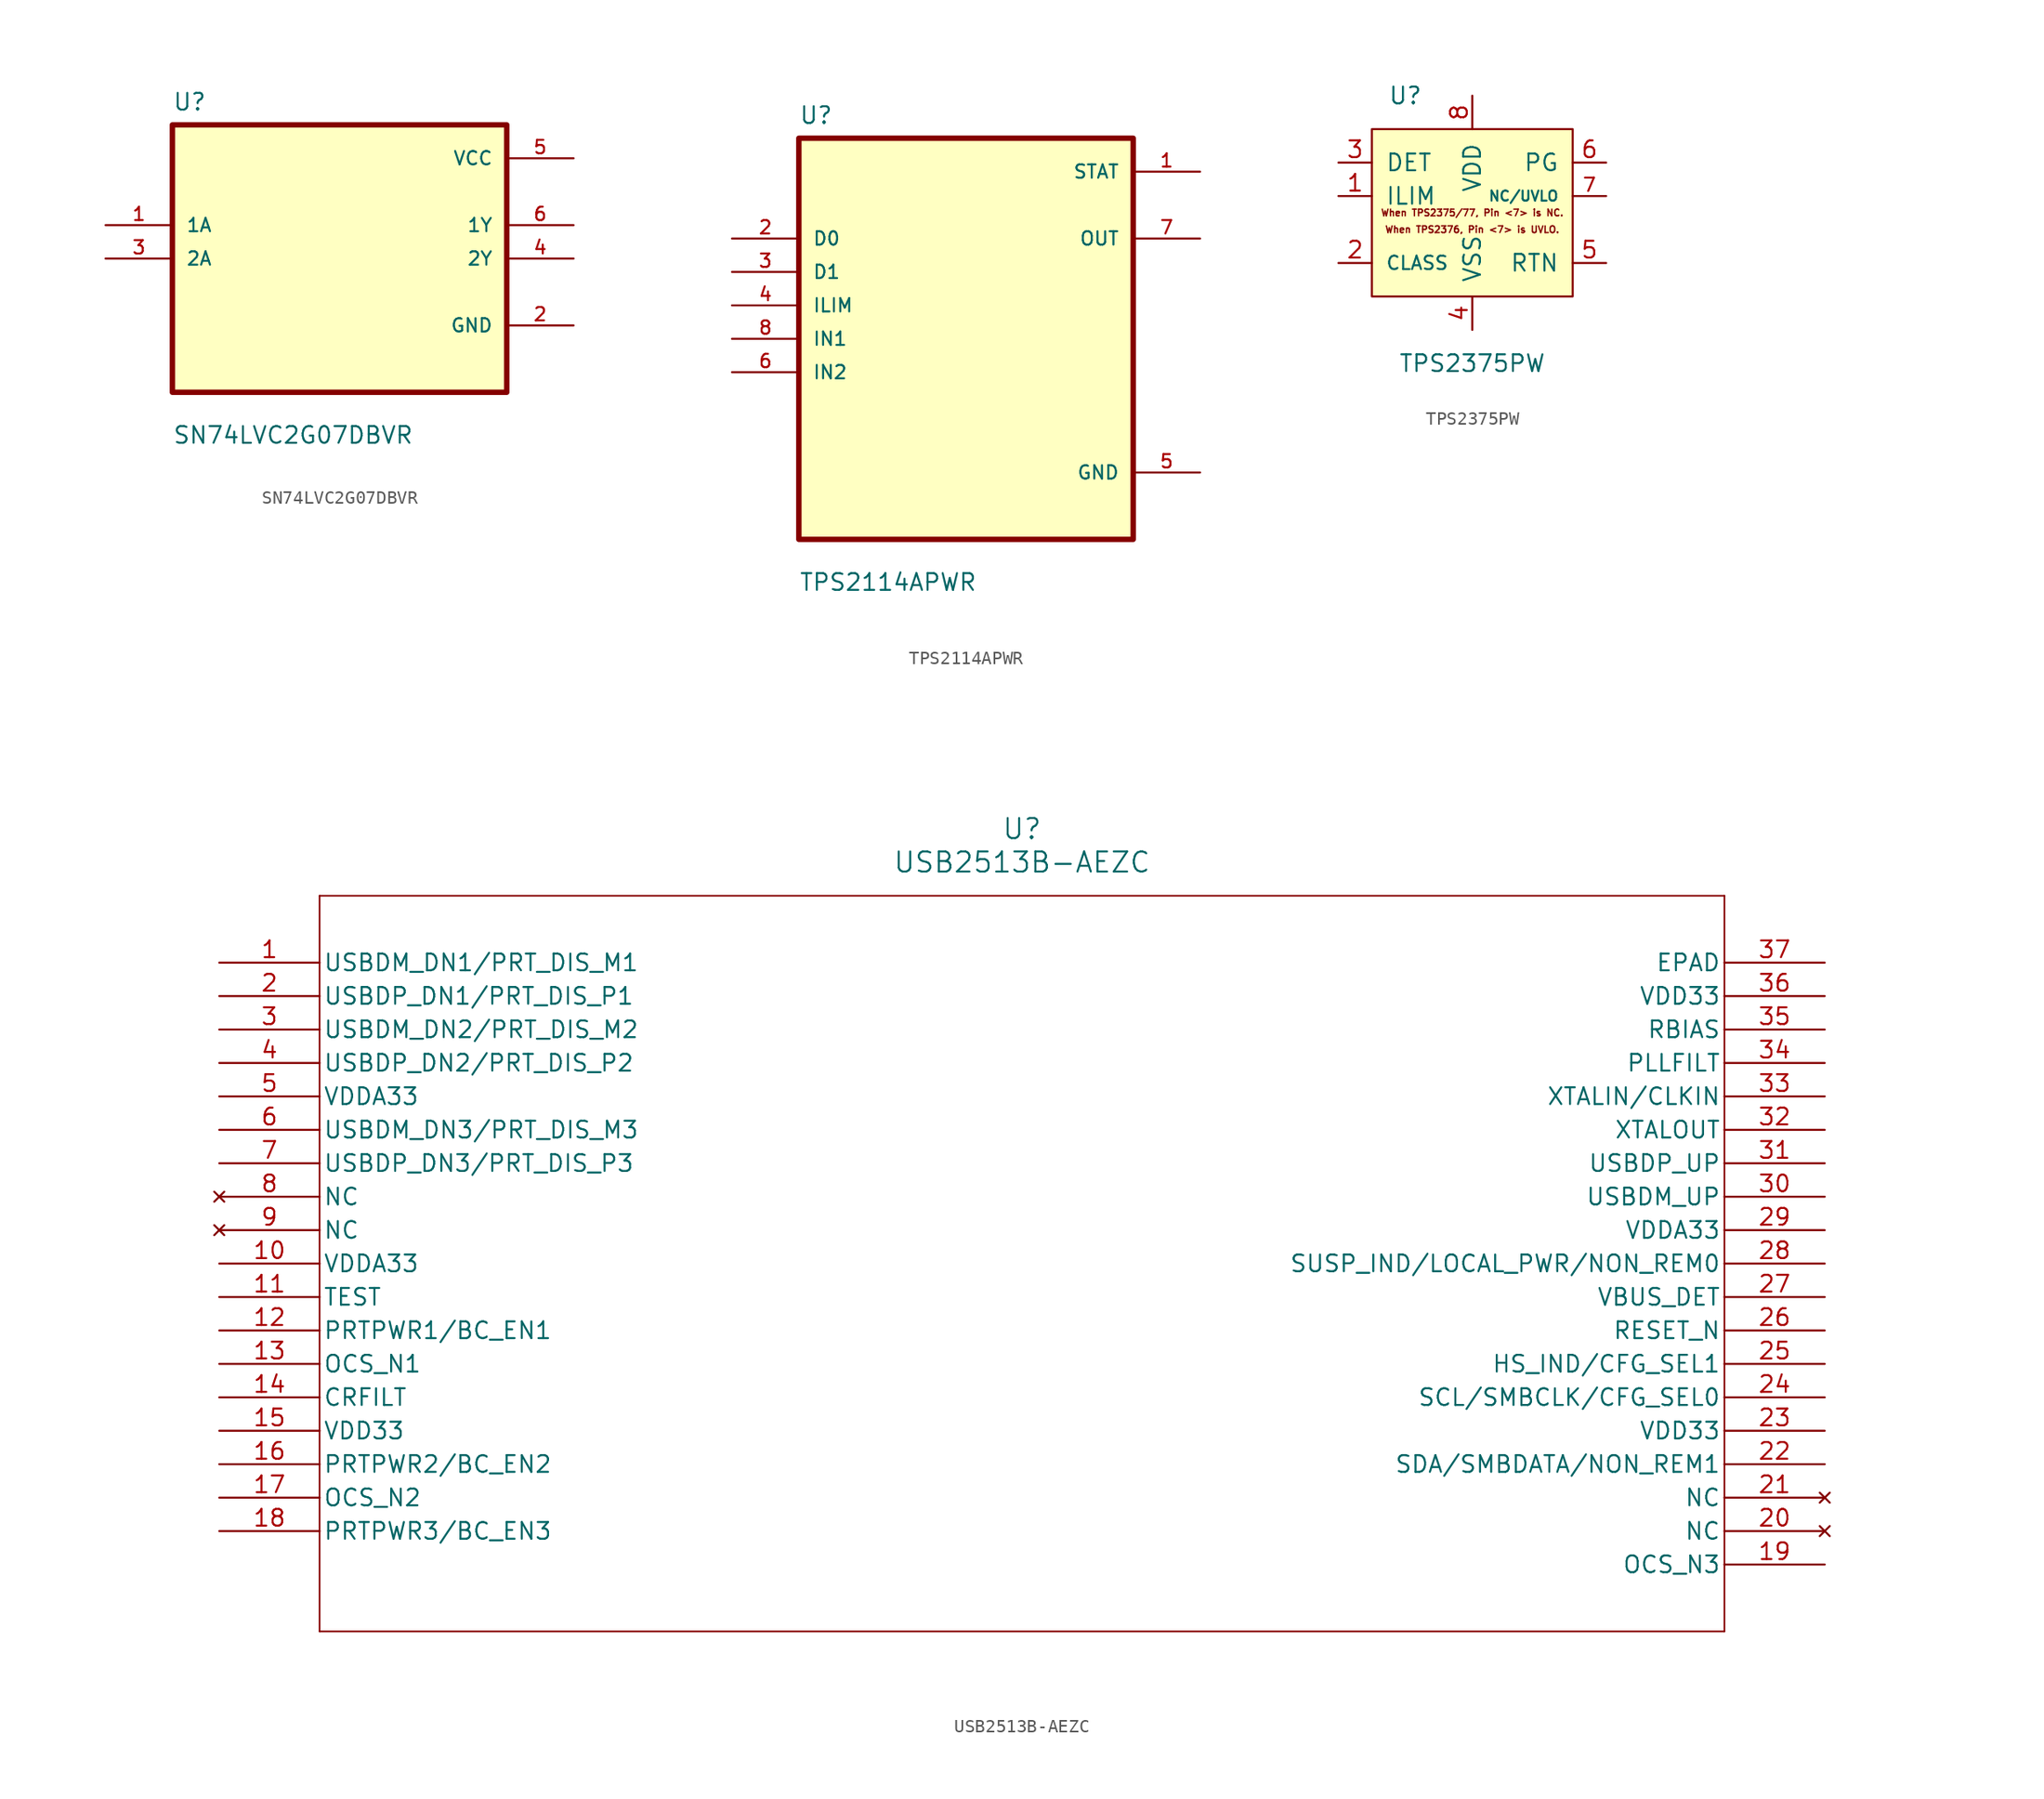
<source format=kicad_sym>
(kicad_symbol_lib
  (version 20231120)
  (generator "kicad_symbol_editor")
  (generator_version "8.0")
  (symbol "SN74LVC2G07DBVR"
    (pin_names
      (offset 1.016))
    (property "Reference" "U"
      (at -12.7 11.16 0)
      (effects (font (size 1.27 1.27)) (justify left bottom)))
    (property "Value" "SN74LVC2G07DBVR"
      (at -12.7 -14.16 0)
      (effects (font (size 1.27 1.27)) (justify left bottom)))
    (symbol "SN74LVC2G07DBVR_0_0"
      (rectangle (start -12.7 -10.16) (end 12.7 10.16) (stroke (width 0.41) (type default)) (fill (type background)))
      (pin input line (at -17.78 2.54 0) (length 5.08) (name "1A" (effects (font (size 1.016 1.016)))) (number "1" (effects (font (size 1.016 1.016)))))
      (pin power_in line (at 17.78 -5.08 180) (length 5.08) (name "GND" (effects (font (size 1.016 1.016)))) (number "2" (effects (font (size 1.016 1.016)))))
      (pin input line (at -17.78 0 0) (length 5.08) (name "2A" (effects (font (size 1.016 1.016)))) (number "3" (effects (font (size 1.016 1.016)))))
      (pin output line (at 17.78 0 180) (length 5.08) (name "2Y" (effects (font (size 1.016 1.016)))) (number "4" (effects (font (size 1.016 1.016)))))
      (pin power_in line (at 17.78 7.62 180) (length 5.08) (name "VCC" (effects (font (size 1.016 1.016)))) (number "5" (effects (font (size 1.016 1.016)))))
      (pin output line (at 17.78 2.54 180) (length 5.08) (name "1Y" (effects (font (size 1.016 1.016)))) (number "6" (effects (font (size 1.016 1.016)))))))
  (symbol "TPS2114APWR"
    (pin_names
      (offset 1.016))
    (property "Reference" "U"
      (at -12.7 16.24 0)
      (effects (font (size 1.27 1.27)) (justify left bottom)))
    (property "Value" "TPS2114APWR"
      (at -12.7 -19.24 0)
      (effects (font (size 1.27 1.27)) (justify left bottom)))
    (symbol "TPS2114APWR_0_0"
      (rectangle (start -12.7 -15.24) (end 12.7 15.24) (stroke (width 0.41) (type default)) (fill (type background)))
      (pin power_in line (at 17.78 12.7 180) (length 5.08) (name "STAT" (effects (font (size 1.016 1.016)))) (number "1" (effects (font (size 1.016 1.016)))))
      (pin input line (at -17.78 7.62 0) (length 5.08) (name "D0" (effects (font (size 1.016 1.016)))) (number "2" (effects (font (size 1.016 1.016)))))
      (pin input line (at -17.78 5.08 0) (length 5.08) (name "D1" (effects (font (size 1.016 1.016)))) (number "3" (effects (font (size 1.016 1.016)))))
      (pin input line (at -17.78 2.54 0) (length 5.08) (name "ILIM" (effects (font (size 1.016 1.016)))) (number "4" (effects (font (size 1.016 1.016)))))
      (pin power_in line (at 17.78 -10.16 180) (length 5.08) (name "GND" (effects (font (size 1.016 1.016)))) (number "5" (effects (font (size 1.016 1.016)))))
      (pin input line (at -17.78 -2.54 0) (length 5.08) (name "IN2" (effects (font (size 1.016 1.016)))) (number "6" (effects (font (size 1.016 1.016)))))
      (pin output line (at 17.78 7.62 180) (length 5.08) (name "OUT" (effects (font (size 1.016 1.016)))) (number "7" (effects (font (size 1.016 1.016)))))
      (pin input line (at -17.78 0 0) (length 5.08) (name "IN1" (effects (font (size 1.016 1.016)))) (number "8" (effects (font (size 1.016 1.016)))))))
  (symbol "TPS2375PW"
    (pin_names
      (offset 1.016))
    (property "Reference" "U"
      (at -5.08 10.16 0)
      (effects (font (size 1.27 1.27))))
    (property "Value" "TPS2375PW"
      (at 0 -10.16 0)
      (effects (font (size 1.27 1.27))))
    (symbol "TPS2375PW_0_0"
      (text "When TPS2375/77, Pin <7> is NC." (at 0 1.27 0) (effects (font (size 0.508 0.508) (bold yes))))
      (text "When TPS2376, Pin <7> is UVLO." (at 0 0 0) (effects (font (size 0.508 0.508) (bold yes)))))
    (symbol "TPS2375PW_0_1"
      (rectangle (start -7.62 7.62) (end 7.62 -5.08) (stroke (width 0) (type solid)) (fill (type background))))
    (symbol "TPS2375PW_1_1"
      (pin output line (at -10.16 2.54 0) (length 2.54) (name "ILIM" (effects (font (size 1.27 1.27)))) (number "1" (effects (font (size 1.27 1.27)))))
      (pin output line (at -10.16 -2.54 0) (length 2.54) (name "CLASS" (effects (font (size 1.016 1.016)))) (number "2" (effects (font (size 1.27 1.27)))))
      (pin output line (at -10.16 5.08 0) (length 2.54) (name "DET" (effects (font (size 1.27 1.27)))) (number "3" (effects (font (size 1.27 1.27)))))
      (pin power_in line (at 0 -7.62 90) (length 2.54) (name "VSS" (effects (font (size 1.27 1.27)))) (number "4" (effects (font (size 1.27 1.27)))))
      (pin power_out line (at 10.16 -2.54 180) (length 2.54) (name "RTN" (effects (font (size 1.27 1.27)))) (number "5" (effects (font (size 1.27 1.27)))))
      (pin open_collector line (at 10.16 5.08 180) (length 2.54) (name "PG" (effects (font (size 1.27 1.27)))) (number "6" (effects (font (size 1.27 1.27)))))
      (pin input line (at 10.16 2.54 180) (length 2.54) (name "NC/UVLO" (effects (font (size 0.762 0.762)))) (number "7" (effects (font (size 1.016 1.016)))))
      (pin power_in line (at 0 10.16 270) (length 2.54) (name "VDD" (effects (font (size 1.27 1.27)))) (number "8" (effects (font (size 1.27 1.27)))))))
  (symbol "USB2513B-AEZC"
    (pin_names
      (offset 0.254))
    (property "Reference" "U"
      (at 60.96 10.16 0)
      (effects (font (size 1.524 1.524))))
    (property "Value" "USB2513B-AEZC"
      (at 60.96 7.62 0)
      (effects (font (size 1.524 1.524))))
    (symbol "USB2513B-AEZC_0_1"
      (polyline (pts (xy 7.62 -50.8) (xy 114.3 -50.8)) (stroke (width 0.127) (type default)) (fill (type none)))
      (polyline (pts (xy 7.62 5.08) (xy 7.62 -50.8)) (stroke (width 0.127) (type default)) (fill (type none)))
      (polyline (pts (xy 114.3 -50.8) (xy 114.3 5.08)) (stroke (width 0.127) (type default)) (fill (type none)))
      (polyline (pts (xy 114.3 5.08) (xy 7.62 5.08)) (stroke (width 0.127) (type default)) (fill (type none)))
      (pin bidirectional line (at 0 0 0) (length 7.62) (name "USBDM_DN1/PRT_DIS_M1" (effects (font (size 1.27 1.27)))) (number "1" (effects (font (size 1.27 1.27)))))
      (pin power_in line (at 0 -22.86 0) (length 7.62) (name "VDDA33" (effects (font (size 1.27 1.27)))) (number "10" (effects (font (size 1.27 1.27)))))
      (pin input line (at 0 -25.4 0) (length 7.62) (name "TEST" (effects (font (size 1.27 1.27)))) (number "11" (effects (font (size 1.27 1.27)))))
      (pin bidirectional line (at 0 -27.94 0) (length 7.62) (name "PRTPWR1/BC_EN1" (effects (font (size 1.27 1.27)))) (number "12" (effects (font (size 1.27 1.27)))))
      (pin bidirectional line (at 0 -30.48 0) (length 7.62) (name "OCS_N1" (effects (font (size 1.27 1.27)))) (number "13" (effects (font (size 1.27 1.27)))))
      (pin bidirectional line (at 0 -33.02 0) (length 7.62) (name "CRFILT" (effects (font (size 1.27 1.27)))) (number "14" (effects (font (size 1.27 1.27)))))
      (pin power_in line (at 0 -35.56 0) (length 7.62) (name "VDD33" (effects (font (size 1.27 1.27)))) (number "15" (effects (font (size 1.27 1.27)))))
      (pin bidirectional line (at 0 -38.1 0) (length 7.62) (name "PRTPWR2/BC_EN2" (effects (font (size 1.27 1.27)))) (number "16" (effects (font (size 1.27 1.27)))))
      (pin bidirectional line (at 0 -40.64 0) (length 7.62) (name "OCS_N2" (effects (font (size 1.27 1.27)))) (number "17" (effects (font (size 1.27 1.27)))))
      (pin bidirectional line (at 0 -43.18 0) (length 7.62) (name "PRTPWR3/BC_EN3" (effects (font (size 1.27 1.27)))) (number "18" (effects (font (size 1.27 1.27)))))
      (pin bidirectional line (at 121.92 -45.72 180) (length 7.62) (name "OCS_N3" (effects (font (size 1.27 1.27)))) (number "19" (effects (font (size 1.27 1.27)))))
      (pin bidirectional line (at 0 -2.54 0) (length 7.62) (name "USBDP_DN1/PRT_DIS_P1" (effects (font (size 1.27 1.27)))) (number "2" (effects (font (size 1.27 1.27)))))
      (pin no_connect line (at 121.92 -43.18 180) (length 7.62) (name "NC" (effects (font (size 1.27 1.27)))) (number "20" (effects (font (size 1.27 1.27)))))
      (pin no_connect line (at 121.92 -40.64 180) (length 7.62) (name "NC" (effects (font (size 1.27 1.27)))) (number "21" (effects (font (size 1.27 1.27)))))
      (pin bidirectional line (at 121.92 -38.1 180) (length 7.62) (name "SDA/SMBDATA/NON_REM1" (effects (font (size 1.27 1.27)))) (number "22" (effects (font (size 1.27 1.27)))))
      (pin power_in line (at 121.92 -35.56 180) (length 7.62) (name "VDD33" (effects (font (size 1.27 1.27)))) (number "23" (effects (font (size 1.27 1.27)))))
      (pin bidirectional line (at 121.92 -33.02 180) (length 7.62) (name "SCL/SMBCLK/CFG_SEL0" (effects (font (size 1.27 1.27)))) (number "24" (effects (font (size 1.27 1.27)))))
      (pin bidirectional line (at 121.92 -30.48 180) (length 7.62) (name "HS_IND/CFG_SEL1" (effects (font (size 1.27 1.27)))) (number "25" (effects (font (size 1.27 1.27)))))
      (pin bidirectional line (at 121.92 -27.94 180) (length 7.62) (name "RESET_N" (effects (font (size 1.27 1.27)))) (number "26" (effects (font (size 1.27 1.27)))))
      (pin bidirectional line (at 121.92 -25.4 180) (length 7.62) (name "VBUS_DET" (effects (font (size 1.27 1.27)))) (number "27" (effects (font (size 1.27 1.27)))))
      (pin bidirectional line (at 121.92 -22.86 180) (length 7.62) (name "SUSP_IND/LOCAL_PWR/NON_REM0" (effects (font (size 1.27 1.27)))) (number "28" (effects (font (size 1.27 1.27)))))
      (pin power_in line (at 121.92 -20.32 180) (length 7.62) (name "VDDA33" (effects (font (size 1.27 1.27)))) (number "29" (effects (font (size 1.27 1.27)))))
      (pin bidirectional line (at 0 -5.08 0) (length 7.62) (name "USBDM_DN2/PRT_DIS_M2" (effects (font (size 1.27 1.27)))) (number "3" (effects (font (size 1.27 1.27)))))
      (pin bidirectional line (at 121.92 -17.78 180) (length 7.62) (name "USBDM_UP" (effects (font (size 1.27 1.27)))) (number "30" (effects (font (size 1.27 1.27)))))
      (pin bidirectional line (at 121.92 -15.24 180) (length 7.62) (name "USBDP_UP" (effects (font (size 1.27 1.27)))) (number "31" (effects (font (size 1.27 1.27)))))
      (pin output line (at 121.92 -12.7 180) (length 7.62) (name "XTALOUT" (effects (font (size 1.27 1.27)))) (number "32" (effects (font (size 1.27 1.27)))))
      (pin input line (at 121.92 -10.16 180) (length 7.62) (name "XTALIN/CLKIN" (effects (font (size 1.27 1.27)))) (number "33" (effects (font (size 1.27 1.27)))))
      (pin bidirectional line (at 121.92 -7.62 180) (length 7.62) (name "PLLFILT" (effects (font (size 1.27 1.27)))) (number "34" (effects (font (size 1.27 1.27)))))
      (pin bidirectional line (at 121.92 -5.08 180) (length 7.62) (name "RBIAS" (effects (font (size 1.27 1.27)))) (number "35" (effects (font (size 1.27 1.27)))))
      (pin power_in line (at 121.92 -2.54 180) (length 7.62) (name "VDD33" (effects (font (size 1.27 1.27)))) (number "36" (effects (font (size 1.27 1.27)))))
      (pin unspecified line (at 121.92 0 180) (length 7.62) (name "EPAD" (effects (font (size 1.27 1.27)))) (number "37" (effects (font (size 1.27 1.27)))))
      (pin bidirectional line (at 0 -7.62 0) (length 7.62) (name "USBDP_DN2/PRT_DIS_P2" (effects (font (size 1.27 1.27)))) (number "4" (effects (font (size 1.27 1.27)))))
      (pin power_in line (at 0 -10.16 0) (length 7.62) (name "VDDA33" (effects (font (size 1.27 1.27)))) (number "5" (effects (font (size 1.27 1.27)))))
      (pin bidirectional line (at 0 -12.7 0) (length 7.62) (name "USBDM_DN3/PRT_DIS_M3" (effects (font (size 1.27 1.27)))) (number "6" (effects (font (size 1.27 1.27)))))
      (pin bidirectional line (at 0 -15.24 0) (length 7.62) (name "USBDP_DN3/PRT_DIS_P3" (effects (font (size 1.27 1.27)))) (number "7" (effects (font (size 1.27 1.27)))))
      (pin no_connect line (at 0 -17.78 0) (length 7.62) (name "NC" (effects (font (size 1.27 1.27)))) (number "8" (effects (font (size 1.27 1.27)))))
      (pin no_connect line (at 0 -20.32 0) (length 7.62) (name "NC" (effects (font (size 1.27 1.27)))) (number "9" (effects (font (size 1.27 1.27))))))))
</source>
